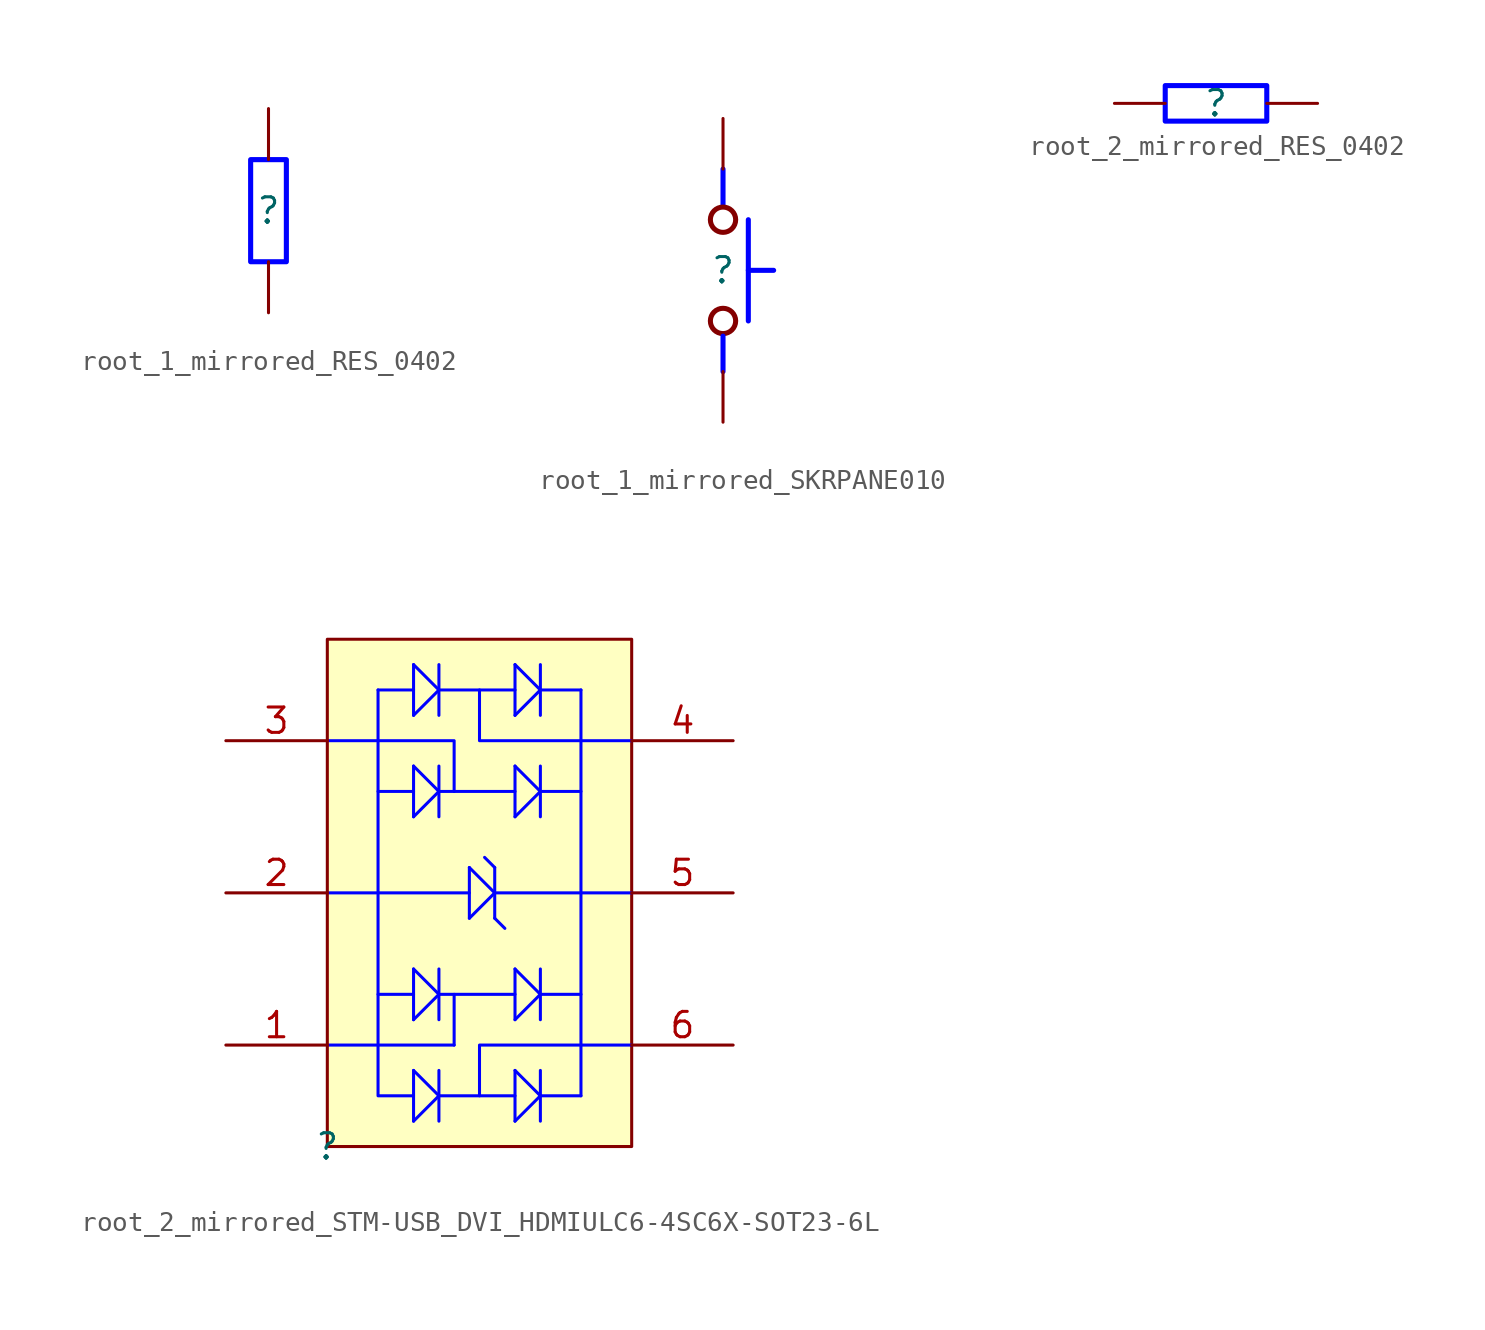
<source format=kicad_sym>
(kicad_symbol_lib
  (version 20220914)
  (generator kicad_symbol_editor)
  (symbol "root_1_mirrored_RES_0402"
    (property "Reference" ""
      (at 0 0 0)
      (effects (font (size 1.27 1.27))))
    (property "Value" ""
      (at 0 0 0)
      (effects (font (size 1.27 1.27))))
    (symbol "root_1_mirrored_RES_0402_1_0"
      (polyline (pts (xy 0 -2.54) (xy 0.889 -2.54) (xy 0.889 2.54) (xy -0.889 2.54) (xy -0.889 -2.54) (xy 0 -2.54)) (stroke (width 0.254) (type solid) (color 0 0 255 1)) (fill (type none)))
      (pin passive line (at 0 -5.08 90) (length 2.54) (name "1" (effects (font (size 0 0)))) (number "1" (effects (font (size 0 0)))))
      (pin passive line (at 0 5.08 270) (length 2.54) (name "2" (effects (font (size 0 0)))) (number "2" (effects (font (size 0 0)))))))
  (symbol "root_1_mirrored_SKRPANE010"
    (property "Reference" ""
      (at 0 0 0)
      (effects (font (size 1.27 1.27))))
    (property "Value" ""
      (at 0 0 0)
      (effects (font (size 1.27 1.27))))
    (symbol "root_1_mirrored_SKRPANE010_1_0"
      (circle (center 0 -2.54) (radius 0.635) (stroke (width 0.254) (type solid)) (fill (type none)))
      (polyline (pts (xy 0 -5.08) (xy 0 -3.302)) (stroke (width 0.254) (type solid) (color 0 0 255 1)) (fill (type none)))
      (polyline (pts (xy 0 3.302) (xy 0 5.08)) (stroke (width 0.254) (type solid) (color 0 0 255 1)) (fill (type none)))
      (polyline (pts (xy 1.27 -2.54) (xy 1.27 2.54)) (stroke (width 0.254) (type solid) (color 0 0 255 1)) (fill (type none)))
      (polyline (pts (xy 2.54 0) (xy 1.27 0)) (stroke (width 0.254) (type solid) (color 0 0 255 1)) (fill (type none)))
      (circle (center 0 2.54) (radius 0.635) (stroke (width 0.254) (type solid)) (fill (type none)))
      (pin passive line (at 0 -7.62 90) (length 2.54) (name "" (effects (font (size 1.27 1.27)))) (number "12" (effects (font (size 0 0)))))
      (pin passive line (at 0 7.62 270) (length 2.54) (name "" (effects (font (size 1.27 1.27)))) (number "34" (effects (font (size 0 0)))))))
  (symbol "root_2_mirrored_RES_0402"
    (property "Reference" ""
      (at 0 0 0)
      (effects (font (size 1.27 1.27))))
    (property "Value" ""
      (at 0 0 0)
      (effects (font (size 1.27 1.27))))
    (symbol "root_2_mirrored_RES_0402_1_0"
      (polyline (pts (xy -2.54 0) (xy -2.54 -0.889) (xy 2.54 -0.889) (xy 2.54 0.889) (xy -2.54 0.889) (xy -2.54 0)) (stroke (width 0.254) (type solid) (color 0 0 255 1)) (fill (type none)))
      (pin passive line (at -5.08 0 0) (length 2.54) (name "1" (effects (font (size 0 0)))) (number "1" (effects (font (size 0 0)))))
      (pin passive line (at 5.08 0 180) (length 2.54) (name "2" (effects (font (size 0 0)))) (number "2" (effects (font (size 0 0)))))))
  (symbol "root_2_mirrored_STM-USB_DVI_HDMIULC6-4SC6X-SOT23-6L"
    (property "Reference" ""
      (at 0 0 0)
      (effects (font (size 1.27 1.27))))
    (property "Value" ""
      (at 0 0 0)
      (effects (font (size 1.27 1.27))))
    (symbol "root_2_mirrored_STM-USB_DVI_HDMIULC6-4SC6X-SOT23-6L_1_0"
      (polyline (pts (xy 0 12.7) (xy 2.54 12.7)) (stroke (width 0) (type solid) (color 0 0 255 1)) (fill (type none)))
      (polyline (pts (xy 2.54 5.08) (xy 0 5.08)) (stroke (width 0) (type solid) (color 0 0 255 1)) (fill (type none)))
      (polyline (pts (xy 4.318 3.81) (xy 4.318 1.27)) (stroke (width 0) (type solid) (color 0 0 255 1)) (fill (type none)))
      (polyline (pts (xy 4.318 7.62) (xy 2.54 7.62)) (stroke (width 0) (type solid) (color 0 0 255 1)) (fill (type none)))
      (polyline (pts (xy 4.318 8.89) (xy 4.318 6.35)) (stroke (width 0) (type solid) (color 0 0 255 1)) (fill (type none)))
      (polyline (pts (xy 4.318 17.78) (xy 2.54 17.78)) (stroke (width 0) (type solid) (color 0 0 255 1)) (fill (type none)))
      (polyline (pts (xy 4.318 19.05) (xy 4.318 16.51)) (stroke (width 0) (type solid) (color 0 0 255 1)) (fill (type none)))
      (polyline (pts (xy 4.318 22.86) (xy 2.54 22.86)) (stroke (width 0) (type solid) (color 0 0 255 1)) (fill (type none)))
      (polyline (pts (xy 4.318 24.13) (xy 4.318 21.59)) (stroke (width 0) (type solid) (color 0 0 255 1)) (fill (type none)))
      (polyline (pts (xy 5.588 2.54) (xy 4.318 1.27)) (stroke (width 0) (type solid) (color 0 0 255 1)) (fill (type none)))
      (polyline (pts (xy 5.588 2.54) (xy 4.318 3.81)) (stroke (width 0) (type solid) (color 0 0 255 1)) (fill (type none)))
      (polyline (pts (xy 5.588 2.54) (xy 9.398 2.54)) (stroke (width 0) (type solid) (color 0 0 255 1)) (fill (type none)))
      (polyline (pts (xy 5.588 3.81) (xy 5.588 1.27)) (stroke (width 0) (type solid) (color 0 0 255 1)) (fill (type none)))
      (polyline (pts (xy 5.588 7.62) (xy 4.318 6.35)) (stroke (width 0) (type solid) (color 0 0 255 1)) (fill (type none)))
      (polyline (pts (xy 5.588 7.62) (xy 4.318 8.89)) (stroke (width 0) (type solid) (color 0 0 255 1)) (fill (type none)))
      (polyline (pts (xy 5.588 7.62) (xy 9.398 7.62)) (stroke (width 0) (type solid) (color 0 0 255 1)) (fill (type none)))
      (polyline (pts (xy 5.588 8.89) (xy 5.588 6.35)) (stroke (width 0) (type solid) (color 0 0 255 1)) (fill (type none)))
      (polyline (pts (xy 5.588 17.78) (xy 4.318 16.51)) (stroke (width 0) (type solid) (color 0 0 255 1)) (fill (type none)))
      (polyline (pts (xy 5.588 17.78) (xy 4.318 19.05)) (stroke (width 0) (type solid) (color 0 0 255 1)) (fill (type none)))
      (polyline (pts (xy 5.588 17.78) (xy 9.398 17.78)) (stroke (width 0) (type solid) (color 0 0 255 1)) (fill (type none)))
      (polyline (pts (xy 5.588 19.05) (xy 5.588 16.51)) (stroke (width 0) (type solid) (color 0 0 255 1)) (fill (type none)))
      (polyline (pts (xy 5.588 22.86) (xy 4.318 21.59)) (stroke (width 0) (type solid) (color 0 0 255 1)) (fill (type none)))
      (polyline (pts (xy 5.588 22.86) (xy 4.318 24.13)) (stroke (width 0) (type solid) (color 0 0 255 1)) (fill (type none)))
      (polyline (pts (xy 5.588 22.86) (xy 9.398 22.86)) (stroke (width 0) (type solid) (color 0 0 255 1)) (fill (type none)))
      (polyline (pts (xy 5.588 24.13) (xy 5.588 21.59)) (stroke (width 0) (type solid) (color 0 0 255 1)) (fill (type none)))
      (polyline (pts (xy 6.35 5.08) (xy 6.35 7.62)) (stroke (width 0) (type solid) (color 0 0 255 1)) (fill (type none)))
      (polyline (pts (xy 7.112 12.7) (xy 2.54 12.7)) (stroke (width 0) (type solid) (color 0 0 255 1)) (fill (type none)))
      (polyline (pts (xy 7.112 13.97) (xy 7.112 11.43)) (stroke (width 0) (type solid) (color 0 0 255 1)) (fill (type none)))
      (polyline (pts (xy 8.382 11.43) (xy 8.382 13.97)) (stroke (width 0) (type solid) (color 0 0 255 1)) (fill (type none)))
      (polyline (pts (xy 8.382 11.43) (xy 8.89 10.922)) (stroke (width 0) (type solid) (color 0 0 255 1)) (fill (type none)))
      (polyline (pts (xy 8.382 12.7) (xy 7.112 11.43)) (stroke (width 0) (type solid) (color 0 0 255 1)) (fill (type none)))
      (polyline (pts (xy 8.382 12.7) (xy 7.112 13.97)) (stroke (width 0) (type solid) (color 0 0 255 1)) (fill (type none)))
      (polyline (pts (xy 8.382 12.7) (xy 12.7 12.7)) (stroke (width 0) (type solid) (color 0 0 255 1)) (fill (type none)))
      (polyline (pts (xy 8.382 13.97) (xy 7.874 14.478)) (stroke (width 0) (type solid) (color 0 0 255 1)) (fill (type none)))
      (polyline (pts (xy 9.398 3.81) (xy 9.398 1.27)) (stroke (width 0) (type solid) (color 0 0 255 1)) (fill (type none)))
      (polyline (pts (xy 9.398 8.89) (xy 9.398 6.35)) (stroke (width 0) (type solid) (color 0 0 255 1)) (fill (type none)))
      (polyline (pts (xy 9.398 19.05) (xy 9.398 16.51)) (stroke (width 0) (type solid) (color 0 0 255 1)) (fill (type none)))
      (polyline (pts (xy 9.398 24.13) (xy 9.398 21.59)) (stroke (width 0) (type solid) (color 0 0 255 1)) (fill (type none)))
      (polyline (pts (xy 10.668 2.54) (xy 9.398 1.27)) (stroke (width 0) (type solid) (color 0 0 255 1)) (fill (type none)))
      (polyline (pts (xy 10.668 2.54) (xy 9.398 3.81)) (stroke (width 0) (type solid) (color 0 0 255 1)) (fill (type none)))
      (polyline (pts (xy 10.668 2.54) (xy 12.7 2.54)) (stroke (width 0) (type solid) (color 0 0 255 1)) (fill (type none)))
      (polyline (pts (xy 10.668 3.81) (xy 10.668 1.27)) (stroke (width 0) (type solid) (color 0 0 255 1)) (fill (type none)))
      (polyline (pts (xy 10.668 7.62) (xy 9.398 6.35)) (stroke (width 0) (type solid) (color 0 0 255 1)) (fill (type none)))
      (polyline (pts (xy 10.668 7.62) (xy 9.398 8.89)) (stroke (width 0) (type solid) (color 0 0 255 1)) (fill (type none)))
      (polyline (pts (xy 10.668 7.62) (xy 12.7 7.62)) (stroke (width 0) (type solid) (color 0 0 255 1)) (fill (type none)))
      (polyline (pts (xy 10.668 8.89) (xy 10.668 6.35)) (stroke (width 0) (type solid) (color 0 0 255 1)) (fill (type none)))
      (polyline (pts (xy 10.668 17.78) (xy 9.398 16.51)) (stroke (width 0) (type solid) (color 0 0 255 1)) (fill (type none)))
      (polyline (pts (xy 10.668 17.78) (xy 9.398 19.05)) (stroke (width 0) (type solid) (color 0 0 255 1)) (fill (type none)))
      (polyline (pts (xy 10.668 17.78) (xy 12.7 17.78)) (stroke (width 0) (type solid) (color 0 0 255 1)) (fill (type none)))
      (polyline (pts (xy 10.668 19.05) (xy 10.668 16.51)) (stroke (width 0) (type solid) (color 0 0 255 1)) (fill (type none)))
      (polyline (pts (xy 10.668 22.86) (xy 9.398 21.59)) (stroke (width 0) (type solid) (color 0 0 255 1)) (fill (type none)))
      (polyline (pts (xy 10.668 22.86) (xy 9.398 24.13)) (stroke (width 0) (type solid) (color 0 0 255 1)) (fill (type none)))
      (polyline (pts (xy 10.668 22.86) (xy 12.7 22.86)) (stroke (width 0) (type solid) (color 0 0 255 1)) (fill (type none)))
      (polyline (pts (xy 10.668 24.13) (xy 10.668 21.59)) (stroke (width 0) (type solid) (color 0 0 255 1)) (fill (type none)))
      (polyline (pts (xy 12.7 22.86) (xy 12.7 2.54)) (stroke (width 0) (type solid) (color 0 0 255 1)) (fill (type none)))
      (polyline (pts (xy 15.24 12.7) (xy 12.7 12.7)) (stroke (width 0) (type solid) (color 0 0 255 1)) (fill (type none)))
      (polyline (pts (xy 0 20.32) (xy 6.35 20.32) (xy 6.35 17.78)) (stroke (width 0) (type solid) (color 0 0 255 1)) (fill (type none)))
      (polyline (pts (xy 3.81 5.08) (xy 6.35 5.08) (xy 2.54 5.08)) (stroke (width 0) (type solid) (color 0 0 255 1)) (fill (type none)))
      (polyline (pts (xy 15.24 5.08) (xy 7.62 5.08) (xy 7.62 2.54)) (stroke (width 0) (type solid) (color 0 0 255 1)) (fill (type none)))
      (polyline (pts (xy 15.24 20.32) (xy 7.62 20.32) (xy 7.62 22.86)) (stroke (width 0) (type solid) (color 0 0 255 1)) (fill (type none)))
      (polyline (pts (xy 4.318 2.54) (xy 2.54 2.54) (xy 2.54 22.86) (xy 2.54 13.97)) (stroke (width 0) (type solid) (color 0 0 255 1)) (fill (type none)))
      (rectangle (start 15.24 25.4) (end 0 0) (stroke (width 0) (type solid)) (fill (type background)))
      (pin passive line (at -5.08 5.08 0) (length 5.08) (name "I/O_1" (effects (font (size 0 0)))) (number "1" (effects (font (size 1.27 1.27)))))
      (pin passive line (at -5.08 12.7 0) (length 5.08) (name "GND" (effects (font (size 0 0)))) (number "2" (effects (font (size 1.27 1.27)))))
      (pin passive line (at -5.08 20.32 0) (length 5.08) (name "I/O_2" (effects (font (size 0 0)))) (number "3" (effects (font (size 1.27 1.27)))))
      (pin passive line (at 20.32 20.32 180) (length 5.08) (name "I/O_3" (effects (font (size 0 0)))) (number "4" (effects (font (size 1.27 1.27)))))
      (pin passive line (at 20.32 12.7 180) (length 5.08) (name "VBUS" (effects (font (size 0 0)))) (number "5" (effects (font (size 1.27 1.27)))))
      (pin passive line (at 20.32 5.08 180) (length 5.08) (name "I/O_4" (effects (font (size 0 0)))) (number "6" (effects (font (size 1.27 1.27))))))))
</source>
